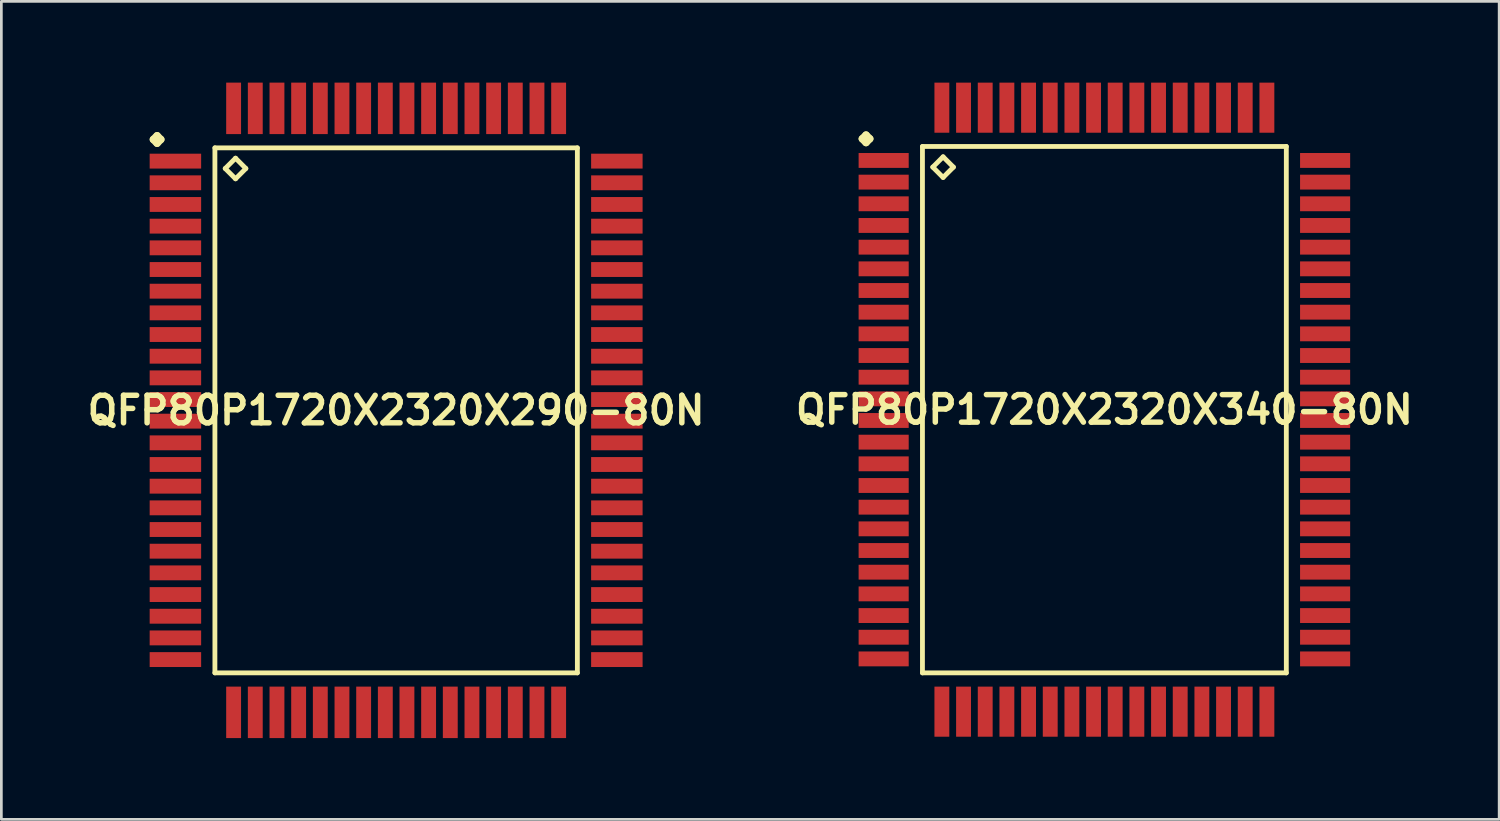
<source format=kicad_pcb>
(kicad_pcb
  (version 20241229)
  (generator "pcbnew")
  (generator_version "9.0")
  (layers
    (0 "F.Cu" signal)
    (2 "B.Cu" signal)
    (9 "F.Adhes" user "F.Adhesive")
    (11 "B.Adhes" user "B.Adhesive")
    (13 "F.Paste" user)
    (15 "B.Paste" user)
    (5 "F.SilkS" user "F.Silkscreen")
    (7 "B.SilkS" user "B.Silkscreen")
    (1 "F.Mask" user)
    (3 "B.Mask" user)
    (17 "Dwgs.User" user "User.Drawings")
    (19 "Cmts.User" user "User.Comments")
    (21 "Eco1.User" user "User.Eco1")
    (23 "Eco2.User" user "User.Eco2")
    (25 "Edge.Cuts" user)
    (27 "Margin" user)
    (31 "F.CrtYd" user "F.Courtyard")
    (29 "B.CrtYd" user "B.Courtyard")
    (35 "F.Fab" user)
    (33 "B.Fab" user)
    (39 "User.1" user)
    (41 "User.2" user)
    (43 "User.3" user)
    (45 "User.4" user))
  (footprint "QFP80P1720X2320X340-80N"
    (layer "F.Cu")
    (at 37.718 12.073)
    (property "Reference" "QFP80P1720X2320X340-80N" (at 0 0 0) (layer "F.SilkS") (effects (font (size 1.016 1.016) (thickness 0.203))))
    (attr smd)
    (fp_line (start -8.936 -10) (end -8.799 -10.137) (stroke (width 0.274) (type solid)) (layer "F.SilkS"))
    (fp_line (start -8.799 -10.137) (end -8.661 -10) (stroke (width 0.274) (type solid)) (layer "F.SilkS"))
    (fp_line (start -8.799 -9.86) (end -8.936 -10) (stroke (width 0.274) (type solid)) (layer "F.SilkS"))
    (fp_line (start -8.661 -10) (end -8.799 -9.86) (stroke (width 0.274) (type solid)) (layer "F.SilkS"))
    (fp_line (start -6.716 -9.716) (end -6.716 9.716) (stroke (width 0.178) (type solid)) (layer "F.SilkS"))
    (fp_line (start -6.716 9.716) (end 6.716 9.716) (stroke (width 0.178) (type solid)) (layer "F.SilkS"))
    (fp_line (start -6.335 -8.954) (end -5.954 -9.335) (stroke (width 0.178) (type solid)) (layer "F.SilkS"))
    (fp_line (start -5.954 -9.335) (end -5.573 -8.954) (stroke (width 0.178) (type solid)) (layer "F.SilkS"))
    (fp_line (start -5.954 -8.572) (end -6.335 -8.954) (stroke (width 0.178) (type solid)) (layer "F.SilkS"))
    (fp_line (start -5.573 -8.954) (end -5.954 -8.572) (stroke (width 0.178) (type solid)) (layer "F.SilkS"))
    (fp_line (start 6.716 -9.716) (end -6.716 -9.716) (stroke (width 0.178) (type solid)) (layer "F.SilkS"))
    (fp_line (start 6.716 9.716) (end 6.716 -9.716) (stroke (width 0.178) (type solid)) (layer "F.SilkS"))
    (pad "1" smd rect (at -8.148 -9.2) (size 1.849 0.549) (layers "F.Cu" "F.Mask" "F.Paste"))
    (pad "2" smd rect (at -8.148 -8.4) (size 1.849 0.549) (layers "F.Cu" "F.Mask" "F.Paste"))
    (pad "3" smd rect (at -8.148 -7.6) (size 1.849 0.549) (layers "F.Cu" "F.Mask" "F.Paste"))
    (pad "4" smd rect (at -8.148 -6.8) (size 1.849 0.549) (layers "F.Cu" "F.Mask" "F.Paste"))
    (pad "5" smd rect (at -8.148 -5.999) (size 1.849 0.549) (layers "F.Cu" "F.Mask" "F.Paste"))
    (pad "6" smd rect (at -8.148 -5.199) (size 1.849 0.549) (layers "F.Cu" "F.Mask" "F.Paste"))
    (pad "7" smd rect (at -8.148 -4.399) (size 1.849 0.549) (layers "F.Cu" "F.Mask" "F.Paste"))
    (pad "8" smd rect (at -8.148 -3.599) (size 1.849 0.549) (layers "F.Cu" "F.Mask" "F.Paste"))
    (pad "9" smd rect (at -8.148 -2.799) (size 1.849 0.549) (layers "F.Cu" "F.Mask" "F.Paste"))
    (pad "10" smd rect (at -8.148 -1.999) (size 1.849 0.549) (layers "F.Cu" "F.Mask" "F.Paste"))
    (pad "11" smd rect (at -8.148 -1.199) (size 1.849 0.549) (layers "F.Cu" "F.Mask" "F.Paste"))
    (pad "12" smd rect (at -8.148 -0.399) (size 1.849 0.549) (layers "F.Cu" "F.Mask" "F.Paste"))
    (pad "13" smd rect (at -8.148 0.399) (size 1.849 0.549) (layers "F.Cu" "F.Mask" "F.Paste"))
    (pad "14" smd rect (at -8.148 1.199) (size 1.849 0.549) (layers "F.Cu" "F.Mask" "F.Paste"))
    (pad "15" smd rect (at -8.148 1.999) (size 1.849 0.549) (layers "F.Cu" "F.Mask" "F.Paste"))
    (pad "16" smd rect (at -8.148 2.799) (size 1.849 0.549) (layers "F.Cu" "F.Mask" "F.Paste"))
    (pad "17" smd rect (at -8.148 3.599) (size 1.849 0.549) (layers "F.Cu" "F.Mask" "F.Paste"))
    (pad "18" smd rect (at -8.148 4.399) (size 1.849 0.549) (layers "F.Cu" "F.Mask" "F.Paste"))
    (pad "19" smd rect (at -8.148 5.199) (size 1.849 0.549) (layers "F.Cu" "F.Mask" "F.Paste"))
    (pad "20" smd rect (at -8.148 5.999) (size 1.849 0.549) (layers "F.Cu" "F.Mask" "F.Paste"))
    (pad "21" smd rect (at -8.148 6.8) (size 1.849 0.549) (layers "F.Cu" "F.Mask" "F.Paste"))
    (pad "22" smd rect (at -8.148 7.6) (size 1.849 0.549) (layers "F.Cu" "F.Mask" "F.Paste"))
    (pad "23" smd rect (at -8.148 8.4) (size 1.849 0.549) (layers "F.Cu" "F.Mask" "F.Paste"))
    (pad "24" smd rect (at -8.148 9.2) (size 1.849 0.549) (layers "F.Cu" "F.Mask" "F.Paste"))
    (pad "25" smd rect (at -5.999 11.148) (size 0.549 1.849) (layers "F.Cu" "F.Mask" "F.Paste"))
    (pad "26" smd rect (at -5.199 11.148) (size 0.549 1.849) (layers "F.Cu" "F.Mask" "F.Paste"))
    (pad "27" smd rect (at -4.399 11.148) (size 0.549 1.849) (layers "F.Cu" "F.Mask" "F.Paste"))
    (pad "28" smd rect (at -3.599 11.148) (size 0.549 1.849) (layers "F.Cu" "F.Mask" "F.Paste"))
    (pad "29" smd rect (at -2.799 11.148) (size 0.549 1.849) (layers "F.Cu" "F.Mask" "F.Paste"))
    (pad "30" smd rect (at -1.999 11.148) (size 0.549 1.849) (layers "F.Cu" "F.Mask" "F.Paste"))
    (pad "31" smd rect (at -1.199 11.148) (size 0.549 1.849) (layers "F.Cu" "F.Mask" "F.Paste"))
    (pad "32" smd rect (at -0.399 11.148) (size 0.549 1.849) (layers "F.Cu" "F.Mask" "F.Paste"))
    (pad "33" smd rect (at 0.399 11.148) (size 0.549 1.849) (layers "F.Cu" "F.Mask" "F.Paste"))
    (pad "34" smd rect (at 1.199 11.148) (size 0.549 1.849) (layers "F.Cu" "F.Mask" "F.Paste"))
    (pad "35" smd rect (at 1.999 11.148) (size 0.549 1.849) (layers "F.Cu" "F.Mask" "F.Paste"))
    (pad "36" smd rect (at 2.799 11.148) (size 0.549 1.849) (layers "F.Cu" "F.Mask" "F.Paste"))
    (pad "37" smd rect (at 3.599 11.148) (size 0.549 1.849) (layers "F.Cu" "F.Mask" "F.Paste"))
    (pad "38" smd rect (at 4.399 11.148) (size 0.549 1.849) (layers "F.Cu" "F.Mask" "F.Paste"))
    (pad "39" smd rect (at 5.199 11.148) (size 0.549 1.849) (layers "F.Cu" "F.Mask" "F.Paste"))
    (pad "40" smd rect (at 5.999 11.148) (size 0.549 1.849) (layers "F.Cu" "F.Mask" "F.Paste"))
    (pad "41" smd rect (at 8.148 9.2) (size 1.849 0.549) (layers "F.Cu" "F.Mask" "F.Paste"))
    (pad "42" smd rect (at 8.148 8.4) (size 1.849 0.549) (layers "F.Cu" "F.Mask" "F.Paste"))
    (pad "43" smd rect (at 8.148 7.6) (size 1.849 0.549) (layers "F.Cu" "F.Mask" "F.Paste"))
    (pad "44" smd rect (at 8.148 6.8) (size 1.849 0.549) (layers "F.Cu" "F.Mask" "F.Paste"))
    (pad "45" smd rect (at 8.148 5.999) (size 1.849 0.549) (layers "F.Cu" "F.Mask" "F.Paste"))
    (pad "46" smd rect (at 8.148 5.199) (size 1.849 0.549) (layers "F.Cu" "F.Mask" "F.Paste"))
    (pad "47" smd rect (at 8.148 4.399) (size 1.849 0.549) (layers "F.Cu" "F.Mask" "F.Paste"))
    (pad "48" smd rect (at 8.148 3.599) (size 1.849 0.549) (layers "F.Cu" "F.Mask" "F.Paste"))
    (pad "49" smd rect (at 8.148 2.799) (size 1.849 0.549) (layers "F.Cu" "F.Mask" "F.Paste"))
    (pad "50" smd rect (at 8.148 1.999) (size 1.849 0.549) (layers "F.Cu" "F.Mask" "F.Paste"))
    (pad "51" smd rect (at 8.148 1.199) (size 1.849 0.549) (layers "F.Cu" "F.Mask" "F.Paste"))
    (pad "52" smd rect (at 8.148 0.399) (size 1.849 0.549) (layers "F.Cu" "F.Mask" "F.Paste"))
    (pad "53" smd rect (at 8.148 -0.399) (size 1.849 0.549) (layers "F.Cu" "F.Mask" "F.Paste"))
    (pad "54" smd rect (at 8.148 -1.199) (size 1.849 0.549) (layers "F.Cu" "F.Mask" "F.Paste"))
    (pad "55" smd rect (at 8.148 -1.999) (size 1.849 0.549) (layers "F.Cu" "F.Mask" "F.Paste"))
    (pad "56" smd rect (at 8.148 -2.799) (size 1.849 0.549) (layers "F.Cu" "F.Mask" "F.Paste"))
    (pad "57" smd rect (at 8.148 -3.599) (size 1.849 0.549) (layers "F.Cu" "F.Mask" "F.Paste"))
    (pad "58" smd rect (at 8.148 -4.399) (size 1.849 0.549) (layers "F.Cu" "F.Mask" "F.Paste"))
    (pad "59" smd rect (at 8.148 -5.199) (size 1.849 0.549) (layers "F.Cu" "F.Mask" "F.Paste"))
    (pad "60" smd rect (at 8.148 -5.999) (size 1.849 0.549) (layers "F.Cu" "F.Mask" "F.Paste"))
    (pad "61" smd rect (at 8.148 -6.8) (size 1.849 0.549) (layers "F.Cu" "F.Mask" "F.Paste"))
    (pad "62" smd rect (at 8.148 -7.6) (size 1.849 0.549) (layers "F.Cu" "F.Mask" "F.Paste"))
    (pad "63" smd rect (at 8.148 -8.4) (size 1.849 0.549) (layers "F.Cu" "F.Mask" "F.Paste"))
    (pad "64" smd rect (at 8.148 -9.2) (size 1.849 0.549) (layers "F.Cu" "F.Mask" "F.Paste"))
    (pad "65" smd rect (at 5.999 -11.148) (size 0.549 1.849) (layers "F.Cu" "F.Mask" "F.Paste"))
    (pad "66" smd rect (at 5.199 -11.148) (size 0.549 1.849) (layers "F.Cu" "F.Mask" "F.Paste"))
    (pad "67" smd rect (at 4.399 -11.148) (size 0.549 1.849) (layers "F.Cu" "F.Mask" "F.Paste"))
    (pad "68" smd rect (at 3.599 -11.148) (size 0.549 1.849) (layers "F.Cu" "F.Mask" "F.Paste"))
    (pad "69" smd rect (at 2.799 -11.148) (size 0.549 1.849) (layers "F.Cu" "F.Mask" "F.Paste"))
    (pad "70" smd rect (at 1.999 -11.148) (size 0.549 1.849) (layers "F.Cu" "F.Mask" "F.Paste"))
    (pad "71" smd rect (at 1.199 -11.148) (size 0.549 1.849) (layers "F.Cu" "F.Mask" "F.Paste"))
    (pad "72" smd rect (at 0.399 -11.148) (size 0.549 1.849) (layers "F.Cu" "F.Mask" "F.Paste"))
    (pad "73" smd rect (at -0.399 -11.148) (size 0.549 1.849) (layers "F.Cu" "F.Mask" "F.Paste"))
    (pad "74" smd rect (at -1.199 -11.148) (size 0.549 1.849) (layers "F.Cu" "F.Mask" "F.Paste"))
    (pad "75" smd rect (at -1.999 -11.148) (size 0.549 1.849) (layers "F.Cu" "F.Mask" "F.Paste"))
    (pad "76" smd rect (at -2.799 -11.148) (size 0.549 1.849) (layers "F.Cu" "F.Mask" "F.Paste"))
    (pad "77" smd rect (at -3.599 -11.148) (size 0.549 1.849) (layers "F.Cu" "F.Mask" "F.Paste"))
    (pad "78" smd rect (at -4.399 -11.148) (size 0.549 1.849) (layers "F.Cu" "F.Mask" "F.Paste"))
    (pad "79" smd rect (at -5.199 -11.148) (size 0.549 1.849) (layers "F.Cu" "F.Mask" "F.Paste"))
    (pad "80" smd rect (at -5.999 -11.148) (size 0.549 1.849) (layers "F.Cu" "F.Mask" "F.Paste")))
  (footprint "QFP80P1720X2320X290-80N"
    (layer "F.Cu")
    (at 11.573 12.098)
    (property "Reference" "QFP80P1720X2320X290-80N" (at 0 0 0) (layer "F.SilkS") (effects (font (size 1.016 1.016) (thickness 0.203))))
    (attr smd)
    (fp_line (start -8.961 -10) (end -8.824 -10.137) (stroke (width 0.274) (type solid)) (layer "F.SilkS"))
    (fp_line (start -8.824 -10.137) (end -8.687 -10) (stroke (width 0.274) (type solid)) (layer "F.SilkS"))
    (fp_line (start -8.824 -9.86) (end -8.961 -10) (stroke (width 0.274) (type solid)) (layer "F.SilkS"))
    (fp_line (start -8.687 -10) (end -8.824 -9.86) (stroke (width 0.274) (type solid)) (layer "F.SilkS"))
    (fp_line (start -6.69 -9.69) (end -6.69 9.69) (stroke (width 0.178) (type solid)) (layer "F.SilkS"))
    (fp_line (start -6.69 9.69) (end 6.69 9.69) (stroke (width 0.178) (type solid)) (layer "F.SilkS"))
    (fp_line (start -6.309 -8.928) (end -5.928 -9.309) (stroke (width 0.178) (type solid)) (layer "F.SilkS"))
    (fp_line (start -5.928 -9.309) (end -5.547 -8.928) (stroke (width 0.178) (type solid)) (layer "F.SilkS"))
    (fp_line (start -5.928 -8.547) (end -6.309 -8.928) (stroke (width 0.178) (type solid)) (layer "F.SilkS"))
    (fp_line (start -5.547 -8.928) (end -5.928 -8.547) (stroke (width 0.178) (type solid)) (layer "F.SilkS"))
    (fp_line (start 6.69 -9.69) (end -6.69 -9.69) (stroke (width 0.178) (type solid)) (layer "F.SilkS"))
    (fp_line (start 6.69 9.69) (end 6.69 -9.69) (stroke (width 0.178) (type solid)) (layer "F.SilkS"))
    (pad "1" smd rect (at -8.148 -9.2) (size 1.9 0.549) (layers "F.Cu" "F.Mask" "F.Paste"))
    (pad "2" smd rect (at -8.148 -8.4) (size 1.9 0.549) (layers "F.Cu" "F.Mask" "F.Paste"))
    (pad "3" smd rect (at -8.148 -7.6) (size 1.9 0.549) (layers "F.Cu" "F.Mask" "F.Paste"))
    (pad "4" smd rect (at -8.148 -6.8) (size 1.9 0.549) (layers "F.Cu" "F.Mask" "F.Paste"))
    (pad "5" smd rect (at -8.148 -5.999) (size 1.9 0.549) (layers "F.Cu" "F.Mask" "F.Paste"))
    (pad "6" smd rect (at -8.148 -5.199) (size 1.9 0.549) (layers "F.Cu" "F.Mask" "F.Paste"))
    (pad "7" smd rect (at -8.148 -4.399) (size 1.9 0.549) (layers "F.Cu" "F.Mask" "F.Paste"))
    (pad "8" smd rect (at -8.148 -3.599) (size 1.9 0.549) (layers "F.Cu" "F.Mask" "F.Paste"))
    (pad "9" smd rect (at -8.148 -2.799) (size 1.9 0.549) (layers "F.Cu" "F.Mask" "F.Paste"))
    (pad "10" smd rect (at -8.148 -1.999) (size 1.9 0.549) (layers "F.Cu" "F.Mask" "F.Paste"))
    (pad "11" smd rect (at -8.148 -1.199) (size 1.9 0.549) (layers "F.Cu" "F.Mask" "F.Paste"))
    (pad "12" smd rect (at -8.148 -0.399) (size 1.9 0.549) (layers "F.Cu" "F.Mask" "F.Paste"))
    (pad "13" smd rect (at -8.148 0.399) (size 1.9 0.549) (layers "F.Cu" "F.Mask" "F.Paste"))
    (pad "14" smd rect (at -8.148 1.199) (size 1.9 0.549) (layers "F.Cu" "F.Mask" "F.Paste"))
    (pad "15" smd rect (at -8.148 1.999) (size 1.9 0.549) (layers "F.Cu" "F.Mask" "F.Paste"))
    (pad "16" smd rect (at -8.148 2.799) (size 1.9 0.549) (layers "F.Cu" "F.Mask" "F.Paste"))
    (pad "17" smd rect (at -8.148 3.599) (size 1.9 0.549) (layers "F.Cu" "F.Mask" "F.Paste"))
    (pad "18" smd rect (at -8.148 4.399) (size 1.9 0.549) (layers "F.Cu" "F.Mask" "F.Paste"))
    (pad "19" smd rect (at -8.148 5.199) (size 1.9 0.549) (layers "F.Cu" "F.Mask" "F.Paste"))
    (pad "20" smd rect (at -8.148 5.999) (size 1.9 0.549) (layers "F.Cu" "F.Mask" "F.Paste"))
    (pad "21" smd rect (at -8.148 6.8) (size 1.9 0.549) (layers "F.Cu" "F.Mask" "F.Paste"))
    (pad "22" smd rect (at -8.148 7.6) (size 1.9 0.549) (layers "F.Cu" "F.Mask" "F.Paste"))
    (pad "23" smd rect (at -8.148 8.4) (size 1.9 0.549) (layers "F.Cu" "F.Mask" "F.Paste"))
    (pad "24" smd rect (at -8.148 9.2) (size 1.9 0.549) (layers "F.Cu" "F.Mask" "F.Paste"))
    (pad "25" smd rect (at -5.999 11.148) (size 0.549 1.9) (layers "F.Cu" "F.Mask" "F.Paste"))
    (pad "26" smd rect (at -5.199 11.148) (size 0.549 1.9) (layers "F.Cu" "F.Mask" "F.Paste"))
    (pad "27" smd rect (at -4.399 11.148) (size 0.549 1.9) (layers "F.Cu" "F.Mask" "F.Paste"))
    (pad "28" smd rect (at -3.599 11.148) (size 0.549 1.9) (layers "F.Cu" "F.Mask" "F.Paste"))
    (pad "29" smd rect (at -2.799 11.148) (size 0.549 1.9) (layers "F.Cu" "F.Mask" "F.Paste"))
    (pad "30" smd rect (at -1.999 11.148) (size 0.549 1.9) (layers "F.Cu" "F.Mask" "F.Paste"))
    (pad "31" smd rect (at -1.199 11.148) (size 0.549 1.9) (layers "F.Cu" "F.Mask" "F.Paste"))
    (pad "32" smd rect (at -0.399 11.148) (size 0.549 1.9) (layers "F.Cu" "F.Mask" "F.Paste"))
    (pad "33" smd rect (at 0.399 11.148) (size 0.549 1.9) (layers "F.Cu" "F.Mask" "F.Paste"))
    (pad "34" smd rect (at 1.199 11.148) (size 0.549 1.9) (layers "F.Cu" "F.Mask" "F.Paste"))
    (pad "35" smd rect (at 1.999 11.148) (size 0.549 1.9) (layers "F.Cu" "F.Mask" "F.Paste"))
    (pad "36" smd rect (at 2.799 11.148) (size 0.549 1.9) (layers "F.Cu" "F.Mask" "F.Paste"))
    (pad "37" smd rect (at 3.599 11.148) (size 0.549 1.9) (layers "F.Cu" "F.Mask" "F.Paste"))
    (pad "38" smd rect (at 4.399 11.148) (size 0.549 1.9) (layers "F.Cu" "F.Mask" "F.Paste"))
    (pad "39" smd rect (at 5.199 11.148) (size 0.549 1.9) (layers "F.Cu" "F.Mask" "F.Paste"))
    (pad "40" smd rect (at 5.999 11.148) (size 0.549 1.9) (layers "F.Cu" "F.Mask" "F.Paste"))
    (pad "41" smd rect (at 8.148 9.2) (size 1.9 0.549) (layers "F.Cu" "F.Mask" "F.Paste"))
    (pad "42" smd rect (at 8.148 8.4) (size 1.9 0.549) (layers "F.Cu" "F.Mask" "F.Paste"))
    (pad "43" smd rect (at 8.148 7.6) (size 1.9 0.549) (layers "F.Cu" "F.Mask" "F.Paste"))
    (pad "44" smd rect (at 8.148 6.8) (size 1.9 0.549) (layers "F.Cu" "F.Mask" "F.Paste"))
    (pad "45" smd rect (at 8.148 5.999) (size 1.9 0.549) (layers "F.Cu" "F.Mask" "F.Paste"))
    (pad "46" smd rect (at 8.148 5.199) (size 1.9 0.549) (layers "F.Cu" "F.Mask" "F.Paste"))
    (pad "47" smd rect (at 8.148 4.399) (size 1.9 0.549) (layers "F.Cu" "F.Mask" "F.Paste"))
    (pad "48" smd rect (at 8.148 3.599) (size 1.9 0.549) (layers "F.Cu" "F.Mask" "F.Paste"))
    (pad "49" smd rect (at 8.148 2.799) (size 1.9 0.549) (layers "F.Cu" "F.Mask" "F.Paste"))
    (pad "50" smd rect (at 8.148 1.999) (size 1.9 0.549) (layers "F.Cu" "F.Mask" "F.Paste"))
    (pad "51" smd rect (at 8.148 1.199) (size 1.9 0.549) (layers "F.Cu" "F.Mask" "F.Paste"))
    (pad "52" smd rect (at 8.148 0.399) (size 1.9 0.549) (layers "F.Cu" "F.Mask" "F.Paste"))
    (pad "53" smd rect (at 8.148 -0.399) (size 1.9 0.549) (layers "F.Cu" "F.Mask" "F.Paste"))
    (pad "54" smd rect (at 8.148 -1.199) (size 1.9 0.549) (layers "F.Cu" "F.Mask" "F.Paste"))
    (pad "55" smd rect (at 8.148 -1.999) (size 1.9 0.549) (layers "F.Cu" "F.Mask" "F.Paste"))
    (pad "56" smd rect (at 8.148 -2.799) (size 1.9 0.549) (layers "F.Cu" "F.Mask" "F.Paste"))
    (pad "57" smd rect (at 8.148 -3.599) (size 1.9 0.549) (layers "F.Cu" "F.Mask" "F.Paste"))
    (pad "58" smd rect (at 8.148 -4.399) (size 1.9 0.549) (layers "F.Cu" "F.Mask" "F.Paste"))
    (pad "59" smd rect (at 8.148 -5.199) (size 1.9 0.549) (layers "F.Cu" "F.Mask" "F.Paste"))
    (pad "60" smd rect (at 8.148 -5.999) (size 1.9 0.549) (layers "F.Cu" "F.Mask" "F.Paste"))
    (pad "61" smd rect (at 8.148 -6.8) (size 1.9 0.549) (layers "F.Cu" "F.Mask" "F.Paste"))
    (pad "62" smd rect (at 8.148 -7.6) (size 1.9 0.549) (layers "F.Cu" "F.Mask" "F.Paste"))
    (pad "63" smd rect (at 8.148 -8.4) (size 1.9 0.549) (layers "F.Cu" "F.Mask" "F.Paste"))
    (pad "64" smd rect (at 8.148 -9.2) (size 1.9 0.549) (layers "F.Cu" "F.Mask" "F.Paste"))
    (pad "65" smd rect (at 5.999 -11.148) (size 0.549 1.9) (layers "F.Cu" "F.Mask" "F.Paste"))
    (pad "66" smd rect (at 5.199 -11.148) (size 0.549 1.9) (layers "F.Cu" "F.Mask" "F.Paste"))
    (pad "67" smd rect (at 4.399 -11.148) (size 0.549 1.9) (layers "F.Cu" "F.Mask" "F.Paste"))
    (pad "68" smd rect (at 3.599 -11.148) (size 0.549 1.9) (layers "F.Cu" "F.Mask" "F.Paste"))
    (pad "69" smd rect (at 2.799 -11.148) (size 0.549 1.9) (layers "F.Cu" "F.Mask" "F.Paste"))
    (pad "70" smd rect (at 1.999 -11.148) (size 0.549 1.9) (layers "F.Cu" "F.Mask" "F.Paste"))
    (pad "71" smd rect (at 1.199 -11.148) (size 0.549 1.9) (layers "F.Cu" "F.Mask" "F.Paste"))
    (pad "72" smd rect (at 0.399 -11.148) (size 0.549 1.9) (layers "F.Cu" "F.Mask" "F.Paste"))
    (pad "73" smd rect (at -0.399 -11.148) (size 0.549 1.9) (layers "F.Cu" "F.Mask" "F.Paste"))
    (pad "74" smd rect (at -1.199 -11.148) (size 0.549 1.9) (layers "F.Cu" "F.Mask" "F.Paste"))
    (pad "75" smd rect (at -1.999 -11.148) (size 0.549 1.9) (layers "F.Cu" "F.Mask" "F.Paste"))
    (pad "76" smd rect (at -2.799 -11.148) (size 0.549 1.9) (layers "F.Cu" "F.Mask" "F.Paste"))
    (pad "77" smd rect (at -3.599 -11.148) (size 0.549 1.9) (layers "F.Cu" "F.Mask" "F.Paste"))
    (pad "78" smd rect (at -4.399 -11.148) (size 0.549 1.9) (layers "F.Cu" "F.Mask" "F.Paste"))
    (pad "79" smd rect (at -5.199 -11.148) (size 0.549 1.9) (layers "F.Cu" "F.Mask" "F.Paste"))
    (pad "80" smd rect (at -5.999 -11.148) (size 0.549 1.9) (layers "F.Cu" "F.Mask" "F.Paste")))
  (gr_rect
    (start -3 -3)
    (end 52.291 27.196)
    (stroke (width 0.1) (type default))
    (fill no)
    (layer "Edge.Cuts")))
</source>
